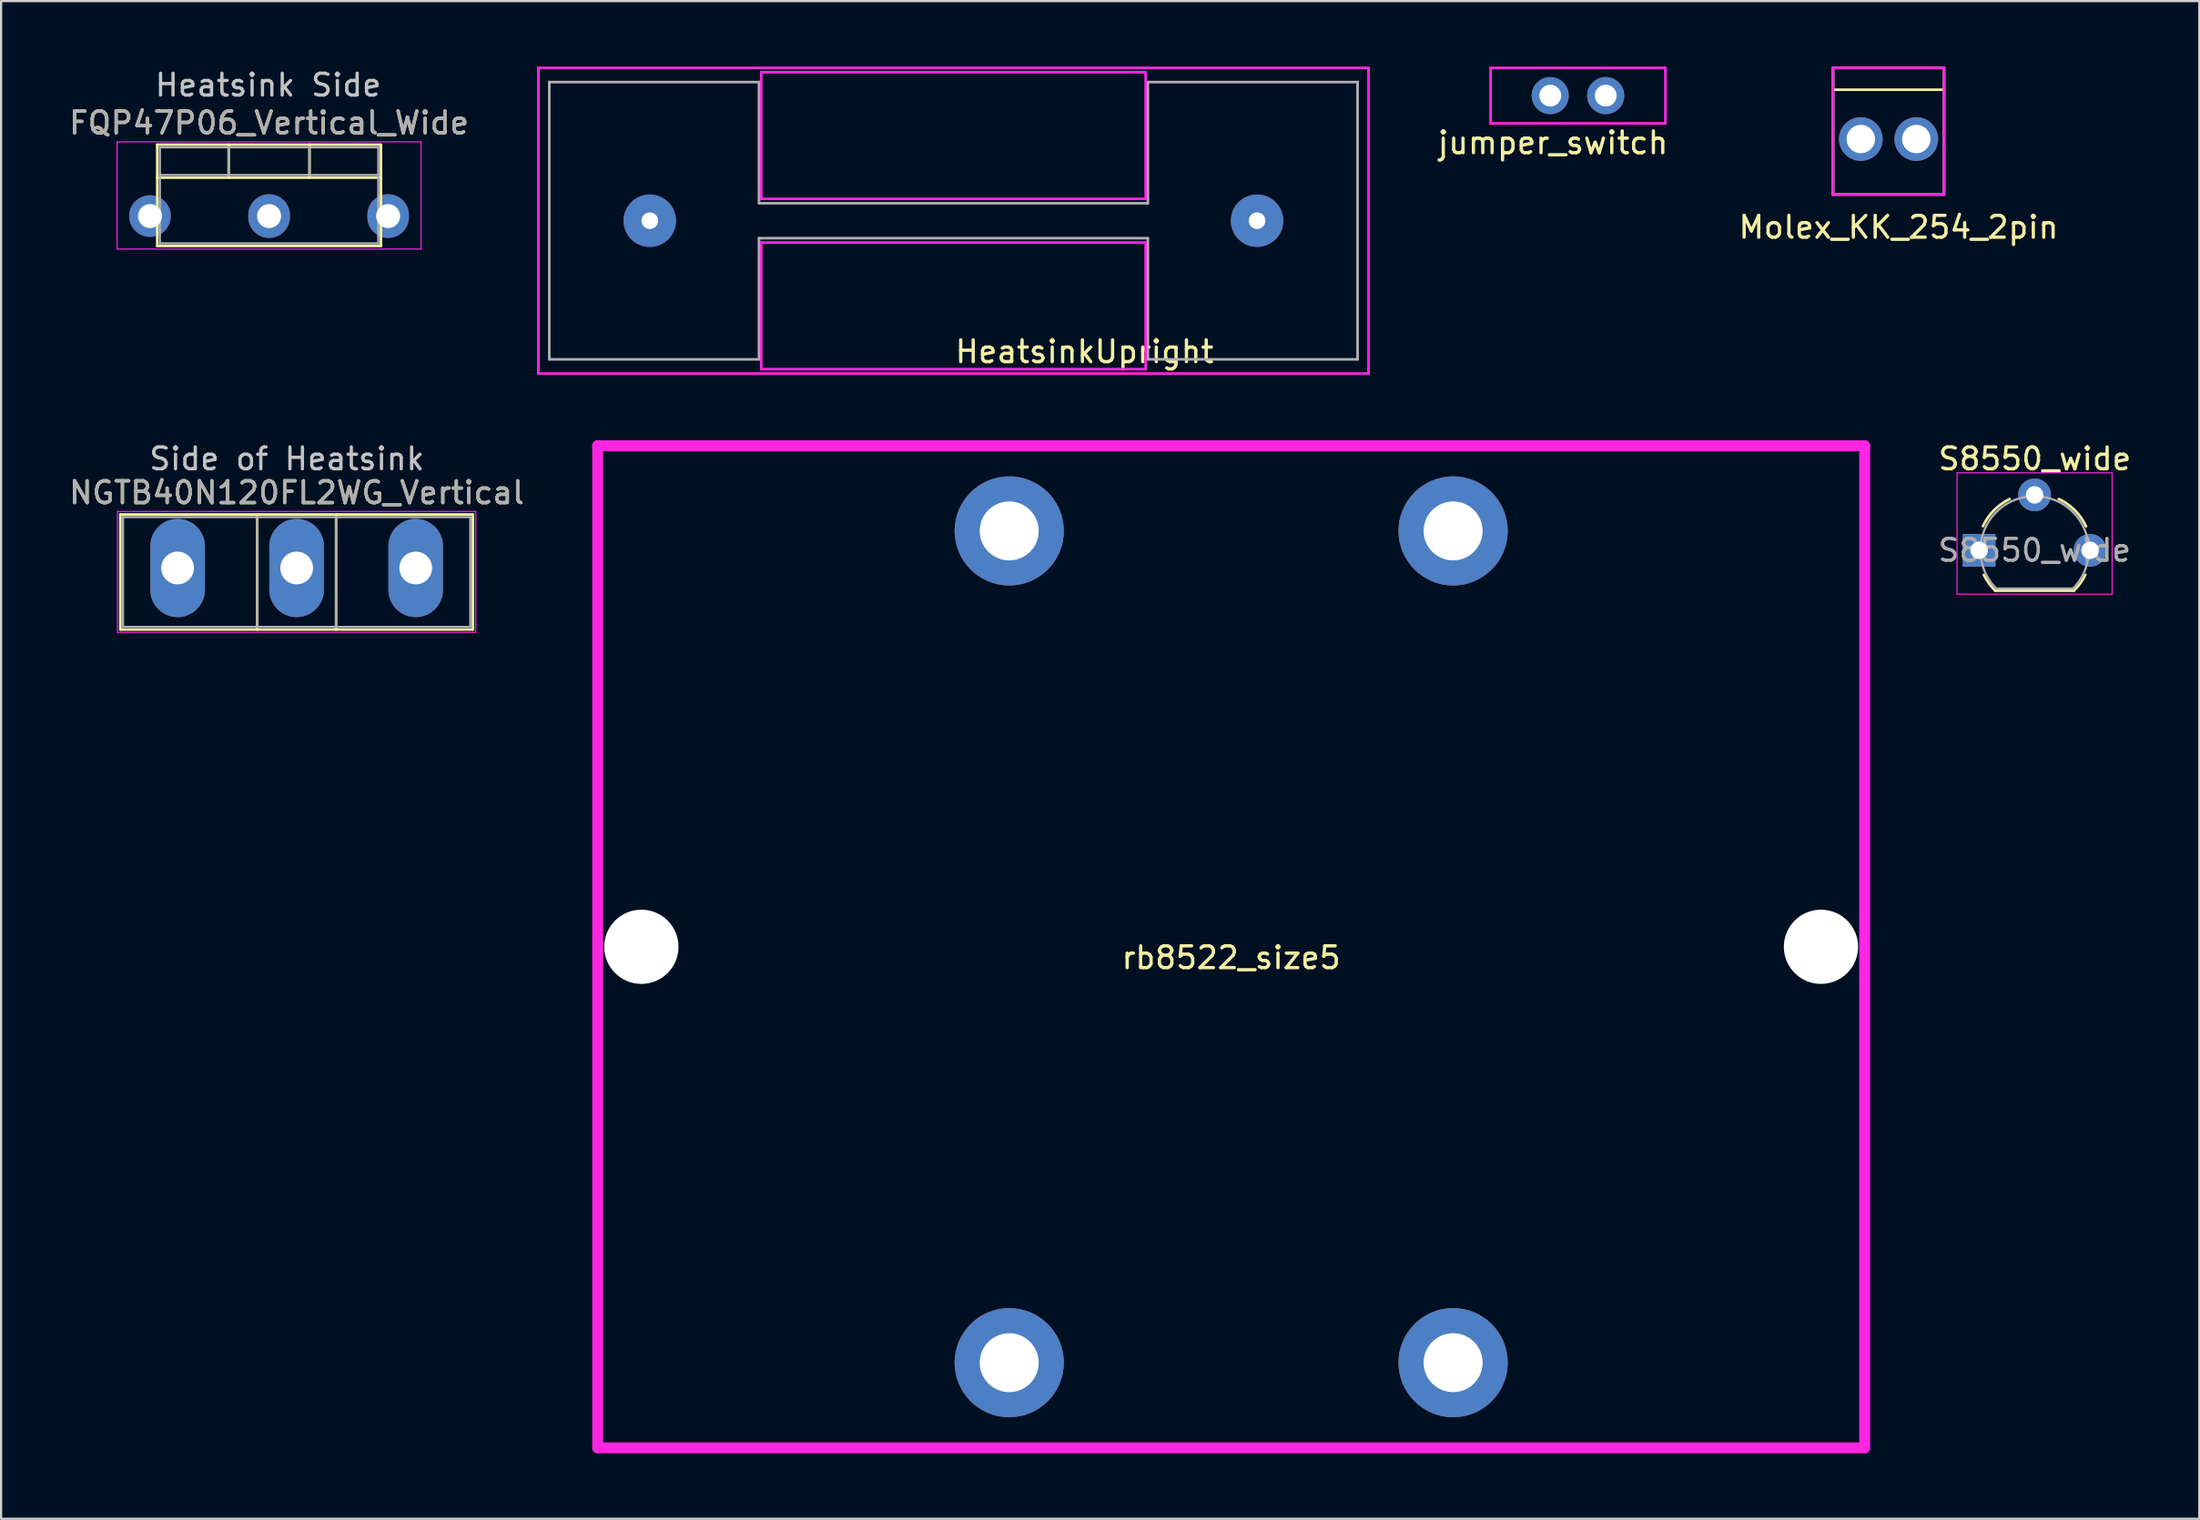
<source format=kicad_pcb>
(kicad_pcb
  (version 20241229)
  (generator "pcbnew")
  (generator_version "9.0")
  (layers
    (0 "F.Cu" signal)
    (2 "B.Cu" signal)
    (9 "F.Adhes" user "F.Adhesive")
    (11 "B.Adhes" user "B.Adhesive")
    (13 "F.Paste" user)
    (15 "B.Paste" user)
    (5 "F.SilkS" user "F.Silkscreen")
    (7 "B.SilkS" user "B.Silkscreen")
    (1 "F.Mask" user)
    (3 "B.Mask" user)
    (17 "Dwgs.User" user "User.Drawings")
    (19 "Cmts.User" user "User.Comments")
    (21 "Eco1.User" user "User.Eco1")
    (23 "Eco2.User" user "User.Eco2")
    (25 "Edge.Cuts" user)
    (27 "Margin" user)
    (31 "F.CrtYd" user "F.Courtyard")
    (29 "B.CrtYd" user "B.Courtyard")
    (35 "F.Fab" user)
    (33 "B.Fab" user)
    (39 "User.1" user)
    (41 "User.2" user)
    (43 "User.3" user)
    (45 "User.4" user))
  (footprint "NGTB40N120FL2WG_Vertical"
    (layer "F.Cu")
    (at 5.08 22.968)
    (property "Reference" "NGTB40N120FL2WG_Vertical" (at 5.45 -3.45 0) (layer "F.SilkS") (effects (font (size 1 1) (thickness 0.15))))
    (attr through_hole)
    (fp_line (start -2.62 -2.451) (end -2.62 2.82) (stroke (width 0.12) (type solid)) (layer "F.SilkS"))
    (fp_line (start -2.62 -2.451) (end 13.52 -2.451) (stroke (width 0.12) (type solid)) (layer "F.SilkS"))
    (fp_line (start -2.62 2.82) (end 13.52 2.82) (stroke (width 0.12) (type solid)) (layer "F.SilkS"))
    (fp_line (start 3.646 -2.451) (end 3.646 2.82) (stroke (width 0.12) (type solid)) (layer "F.SilkS"))
    (fp_line (start 7.255 -2.451) (end 7.255 2.82) (stroke (width 0.12) (type solid)) (layer "F.SilkS"))
    (fp_line (start 13.52 -2.451) (end 13.52 2.82) (stroke (width 0.12) (type solid)) (layer "F.SilkS"))
    (fp_line (start -2.75 -2.59) (end -2.75 2.95) (stroke (width 0.05) (type solid)) (layer "F.CrtYd"))
    (fp_line (start -2.75 2.95) (end 13.65 2.95) (stroke (width 0.05) (type solid)) (layer "F.CrtYd"))
    (fp_line (start 13.65 -2.59) (end -2.75 -2.59) (stroke (width 0.05) (type solid)) (layer "F.CrtYd"))
    (fp_line (start 13.65 2.95) (end 13.65 -2.59) (stroke (width 0.05) (type solid)) (layer "F.CrtYd"))
    (fp_line (start -2.5 -2.33) (end -2.5 2.7) (stroke (width 0.1) (type solid)) (layer "F.Fab"))
    (fp_line (start -2.5 2.7) (end 13.4 2.7) (stroke (width 0.1) (type solid)) (layer "F.Fab"))
    (fp_line (start 3.645 -2.33) (end 3.645 2.7) (stroke (width 0.1) (type solid)) (layer "F.Fab"))
    (fp_line (start 7.255 -2.33) (end 7.255 2.7) (stroke (width 0.1) (type solid)) (layer "F.Fab"))
    (fp_line (start 13.4 -2.33) (end -2.5 -2.33) (stroke (width 0.1) (type solid)) (layer "F.Fab"))
    (fp_line (start 13.4 2.7) (end 13.4 -2.33) (stroke (width 0.1) (type solid)) (layer "F.Fab"))
    (fp_text user "Side of Heatsink" (at 5 -5 0) (layer "Dwgs.User") (effects (font (size 1 1) (thickness 0.15))))
    (fp_text user "${REFERENCE}" (at 5.45 -3.45 0) (layer "F.Fab") (effects (font (size 1 1) (thickness 0.15))))
    (pad "1" thru_hole oval (at 5.45 0) (size 2.5 4.5) (drill 1.5) (layers "*.Cu" "*.Mask"))
    (pad "2" thru_hole oval (at 10.9 0) (size 2.5 4.5) (drill 1.5) (layers "*.Cu" "*.Mask"))
    (pad "3" thru_hole oval (at 0 0) (size 2.5 4.5) (drill 1.5) (layers "*.Cu" "*.Mask")))
  (footprint "S8550_wide"
    (layer "F.Cu")
    (at 87.549 22.158)
    (property "Reference" "S8550_wide" (at 2.55 -4.19 0) (layer "F.SilkS") (effects (font (size 1 1) (thickness 0.15))))
    (attr through_hole)
    (fp_line (start 0.74 1.85) (end 4.34 1.85) (stroke (width 0.12) (type solid)) (layer "F.SilkS"))
    (fp_arc (start 0.172801 -1.103842) (mid 0.678995 -1.832692) (end 1.4 -2.35) (stroke (width 0.12) (type solid)) (layer "F.SilkS"))
    (fp_arc (start 0.74 1.85) (mid 0.446097 1.509328) (end 0.215816 1.122795) (stroke (width 0.12) (type solid)) (layer "F.SilkS"))
    (fp_arc (start 3.65 -2.35) (mid 4.382279 -1.833196) (end 4.895458 -1.098371) (stroke (width 0.12) (type solid)) (layer "F.SilkS"))
    (fp_arc (start 4.864184 1.122795) (mid 4.633903 1.509328) (end 4.34 1.85) (stroke (width 0.12) (type solid)) (layer "F.SilkS"))
    (fp_line (start -1.01 -3.55) (end -1.01 2.01) (stroke (width 0.05) (type solid)) (layer "F.CrtYd"))
    (fp_line (start -1.01 -3.55) (end 6.09 -3.55) (stroke (width 0.05) (type solid)) (layer "F.CrtYd"))
    (fp_line (start 6.09 2.01) (end -1.01 2.01) (stroke (width 0.05) (type solid)) (layer "F.CrtYd"))
    (fp_line (start 6.09 2.01) (end 6.09 -3.55) (stroke (width 0.05) (type solid)) (layer "F.CrtYd"))
    (fp_line (start 0.8 1.75) (end 4.3 1.75) (stroke (width 0.1) (type solid)) (layer "F.Fab"))
    (fp_arc (start 0.786375 1.753625) (mid 0.248779 -0.949055) (end 2.54 -2.48) (stroke (width 0.1) (type solid)) (layer "F.Fab"))
    (fp_arc (start 2.54 -2.48) (mid 4.831221 -0.949055) (end 4.293625 1.753625) (stroke (width 0.1) (type solid)) (layer "F.Fab"))
    (fp_text user "${REFERENCE}" (at 2.54 0 0) (layer "F.Fab") (effects (font (size 1 1) (thickness 0.15))))
    (pad "1" thru_hole rect (at 0 0) (size 1.5 1.5) (drill 0.8) (layers "*.Cu" "*.Mask"))
    (pad "2" thru_hole circle (at 2.54 -2.54) (size 1.5 1.5) (drill 0.8) (layers "*.Cu" "*.Mask"))
    (pad "3" thru_hole circle (at 5.08 0) (size 1.5 1.5) (drill 0.8) (layers "*.Cu" "*.Mask")))
  (footprint "FQP47P06_Vertical_Wide"
    (layer "F.Cu")
    (at 6.728 6.848)
    (property "Reference" "FQP47P06_Vertical_Wide" (at 2.54 -4.27 0) (layer "F.SilkS") (effects (font (size 1 1) (thickness 0.15))))
    (attr through_hole)
    (fp_line (start -2.58 -3.27) (end -2.58 1.371) (stroke (width 0.12) (type solid)) (layer "F.SilkS"))
    (fp_line (start -2.58 -3.27) (end 7.66 -3.27) (stroke (width 0.12) (type solid)) (layer "F.SilkS"))
    (fp_line (start -2.58 -1.76) (end 7.66 -1.76) (stroke (width 0.12) (type solid)) (layer "F.SilkS"))
    (fp_line (start -2.58 1.371) (end 7.66 1.371) (stroke (width 0.12) (type solid)) (layer "F.SilkS"))
    (fp_line (start 0.69 -3.27) (end 0.69 -1.76) (stroke (width 0.12) (type solid)) (layer "F.SilkS"))
    (fp_line (start 4.391 -3.27) (end 4.391 -1.76) (stroke (width 0.12) (type solid)) (layer "F.SilkS"))
    (fp_line (start 7.66 -3.27) (end 7.66 1.371) (stroke (width 0.12) (type solid)) (layer "F.SilkS"))
    (fp_line (start -4.42 -3.4) (end -4.42 1.51) (stroke (width 0.05) (type solid)) (layer "F.CrtYd"))
    (fp_line (start -4.42 1.51) (end 9.5 1.51) (stroke (width 0.05) (type solid)) (layer "F.CrtYd"))
    (fp_line (start 9.5 -3.4) (end -4.42 -3.4) (stroke (width 0.05) (type solid)) (layer "F.CrtYd"))
    (fp_line (start 9.5 1.51) (end 9.5 -3.4) (stroke (width 0.05) (type solid)) (layer "F.CrtYd"))
    (fp_line (start -2.46 -3.15) (end -2.46 1.25) (stroke (width 0.1) (type solid)) (layer "F.Fab"))
    (fp_line (start -2.46 -1.88) (end 7.54 -1.88) (stroke (width 0.1) (type solid)) (layer "F.Fab"))
    (fp_line (start -2.46 1.25) (end 7.54 1.25) (stroke (width 0.1) (type solid)) (layer "F.Fab"))
    (fp_line (start 0.69 -3.15) (end 0.69 -1.88) (stroke (width 0.1) (type solid)) (layer "F.Fab"))
    (fp_line (start 4.39 -3.15) (end 4.39 -1.88) (stroke (width 0.1) (type solid)) (layer "F.Fab"))
    (fp_line (start 7.54 -3.15) (end -2.46 -3.15) (stroke (width 0.1) (type solid)) (layer "F.Fab"))
    (fp_line (start 7.54 1.25) (end 7.54 -3.15) (stroke (width 0.1) (type solid)) (layer "F.Fab"))
    (fp_text user "Heatsink Side" (at 2.5 -6 0) (layer "Dwgs.User") (effects (font (size 1 1) (thickness 0.15))))
    (fp_text user "${REFERENCE}" (at 2.54 -4.27 0) (layer "F.Fab") (effects (font (size 1 1) (thickness 0.15))))
    (pad "1" thru_hole circle (at -2.91 0) (size 1.905 1.905) (drill 1.1) (layers "*.Cu" "*.Mask"))
    (pad "2" thru_hole oval (at 2.54 0) (size 1.905 2) (drill 1.1) (layers "*.Cu" "*.Mask"))
    (pad "3" thru_hole oval (at 7.99 0) (size 1.905 2) (drill 1.1) (layers "*.Cu" "*.Mask")))
  (footprint "rb8522_size5"
    (layer "F.Cu")
    (at 53.31 40.32)
    (property "Reference" "rb8522_size5" (at 0 0.5 0) (layer "F.SilkS") (effects (font (size 1 1) (thickness 0.15))))
    (attr through_hole)
    (fp_line (start -29 -22.95) (end 29 -22.95) (stroke (width 0.5) (type solid)) (layer "F.CrtYd"))
    (fp_line (start -29 22.95) (end -29 -22.95) (stroke (width 0.5) (type solid)) (layer "F.CrtYd"))
    (fp_line (start -29 22.95) (end 29 22.95) (stroke (width 0.5) (type solid)) (layer "F.CrtYd"))
    (fp_line (start 29 22.95) (end 29 -22.95) (stroke (width 0.5) (type solid)) (layer "F.CrtYd"))
    (pad "" np_thru_hole circle (at -27 0) (size 3.4 3.4) (drill 3.4) (layers "*.Cu" "*.Mask"))
    (pad "" np_thru_hole circle (at 27 0) (size 3.4 3.4) (drill 3.4) (layers "*.Cu" "*.Mask"))
    (pad "1" thru_hole circle (at -10.16 19.05) (size 5 5) (drill 2.7) (layers "*.Cu" "*.Mask"))
    (pad "2" thru_hole circle (at 10.16 19.05) (size 5 5) (drill 2.7) (layers "*.Cu" "*.Mask"))
    (pad "3" thru_hole circle (at -10.16 -19.05) (size 5 5) (drill 2.7) (layers "*.Cu" "*.Mask"))
    (pad "4" thru_hole circle (at 10.16 -19.05) (size 5 5) (drill 2.7) (layers "*.Cu" "*.Mask")))
  (footprint "Molex_KK_254_2pin"
    (layer "F.Cu")
    (at 80.864 5.86)
    (property "Reference" "Molex_KK_254_2pin" (at 3 1.5 0) (layer "F.SilkS") (effects (font (size 1 1) (thickness 0.15))))
    (attr through_hole)
    (fp_line (start 0 -5.8) (end 5.08 -5.8) (stroke (width 0.12) (type solid)) (layer "F.SilkS"))
    (fp_line (start 0 -4.8) (end 5.08 -4.8) (stroke (width 0.12) (type solid)) (layer "F.SilkS"))
    (fp_line (start 0 0) (end 0 -5.8) (stroke (width 0.12) (type solid)) (layer "F.SilkS"))
    (fp_line (start 0 0) (end 5.08 0) (stroke (width 0.12) (type solid)) (layer "F.SilkS"))
    (fp_line (start 5.08 0) (end 5.08 -5.8) (stroke (width 0.12) (type solid)) (layer "F.SilkS"))
    (fp_line (start 0 -5.8) (end 5.08 -5.8) (stroke (width 0.12) (type solid)) (layer "F.CrtYd"))
    (fp_line (start 0 0) (end 0 -5.8) (stroke (width 0.12) (type solid)) (layer "F.CrtYd"))
    (fp_line (start 0 0) (end 5.08 0) (stroke (width 0.12) (type solid)) (layer "F.CrtYd"))
    (fp_line (start 5.08 0) (end 5.08 -5.8) (stroke (width 0.12) (type solid)) (layer "F.CrtYd"))
    (pad "1" thru_hole circle (at 1.27 -2.54) (size 2 2) (drill 1.3) (layers "*.Cu" "*.Mask"))
    (pad "2" thru_hole circle (at 3.81 -2.54) (size 2 2) (drill 1.3) (layers "*.Cu" "*.Mask")))
  (footprint "jumper_switch"
    (layer "F.Cu")
    (at 67.916 1.33)
    (property "Reference" "jumper_switch" (at 0.127 2.159 0) (layer "F.SilkS") (effects (font (size 1 1) (thickness 0.15))))
    (attr through_hole)
    (fp_line (start -2.73 -1.27) (end -2.73 1.27) (stroke (width 0.12) (type solid)) (layer "F.CrtYd"))
    (fp_line (start 5.27 -1.27) (end -2.73 -1.27) (stroke (width 0.12) (type solid)) (layer "F.CrtYd"))
    (fp_line (start 5.27 -1.27) (end 5.27 1.27) (stroke (width 0.12) (type solid)) (layer "F.CrtYd"))
    (fp_line (start 5.27 1.27) (end -2.73 1.27) (stroke (width 0.12) (type solid)) (layer "F.CrtYd"))
    (pad "1" thru_hole circle (at 0 0) (size 1.7 1.7) (drill 1) (layers "*.Cu" "*.Mask"))
    (pad "2" thru_hole circle (at 2.54 0) (size 1.7 1.7) (drill 1) (layers "*.Cu" "*.Mask")))
  (footprint "HeatsinkUpright"
    (layer "F.Cu")
    (at 40.596 7.06)
    (property "Reference" "HeatsinkUpright" (at 6 6 0) (layer "F.SilkS") (effects (font (size 1 1) (thickness 0.15))))
    (attr through_hole)
    (fp_line (start -19 -7) (end -19 7) (stroke (width 0.12) (type solid)) (layer "F.CrtYd"))
    (fp_line (start -19 -7) (end 19 -7) (stroke (width 0.12) (type solid)) (layer "F.CrtYd"))
    (fp_line (start -19 7) (end 19 7) (stroke (width 0.12) (type solid)) (layer "F.CrtYd"))
    (fp_line (start -8.8 -6.8) (end 8.8 -6.8) (stroke (width 0.12) (type solid)) (layer "F.CrtYd"))
    (fp_line (start -8.8 -1) (end -8.8 -6.8) (stroke (width 0.12) (type solid)) (layer "F.CrtYd"))
    (fp_line (start -8.8 1) (end 8.8 1) (stroke (width 0.12) (type solid)) (layer "F.CrtYd"))
    (fp_line (start -8.8 6.8) (end -8.8 1) (stroke (width 0.12) (type solid)) (layer "F.CrtYd"))
    (fp_line (start 8.8 -6.8) (end 8.8 -1) (stroke (width 0.12) (type solid)) (layer "F.CrtYd"))
    (fp_line (start 8.8 -1) (end -8.8 -1) (stroke (width 0.12) (type solid)) (layer "F.CrtYd"))
    (fp_line (start 8.8 1) (end 8.8 6.8) (stroke (width 0.12) (type solid)) (layer "F.CrtYd"))
    (fp_line (start 8.8 6.8) (end -8.8 6.8) (stroke (width 0.12) (type solid)) (layer "F.CrtYd"))
    (fp_line (start 19 -7) (end 19 7) (stroke (width 0.12) (type solid)) (layer "F.CrtYd"))
    (fp_line (start -18.5 -6.35) (end -8.9 -6.35) (stroke (width 0.12) (type solid)) (layer "F.Fab"))
    (fp_line (start -18.5 6.35) (end -18.5 -6.35) (stroke (width 0.12) (type solid)) (layer "F.Fab"))
    (fp_line (start -18.5 6.35) (end -8.9 6.35) (stroke (width 0.12) (type solid)) (layer "F.Fab"))
    (fp_line (start -8.9 -0.8) (end -8.9 -6.35) (stroke (width 0.12) (type solid)) (layer "F.Fab"))
    (fp_line (start -8.9 -0.8) (end 8.9 -0.8) (stroke (width 0.12) (type solid)) (layer "F.Fab"))
    (fp_line (start -8.9 0.8) (end 8.9 0.8) (stroke (width 0.12) (type solid)) (layer "F.Fab"))
    (fp_line (start -8.9 6.35) (end -8.9 0.8) (stroke (width 0.12) (type solid)) (layer "F.Fab"))
    (fp_line (start 8.9 -6.35) (end 18.5 -6.35) (stroke (width 0.12) (type solid)) (layer "F.Fab"))
    (fp_line (start 8.9 -0.8) (end 8.9 -6.35) (stroke (width 0.12) (type solid)) (layer "F.Fab"))
    (fp_line (start 8.9 6.35) (end 8.9 0.8) (stroke (width 0.12) (type solid)) (layer "F.Fab"))
    (fp_line (start 8.9 6.35) (end 18.5 6.35) (stroke (width 0.12) (type solid)) (layer "F.Fab"))
    (fp_line (start 18.5 6.35) (end 18.5 -6.35) (stroke (width 0.12) (type solid)) (layer "F.Fab"))
    (pad "" np_thru_hole circle (at -13.9 0) (size 2.4 2.4) (drill 0.762) (layers "*.Cu" "*.Mask"))
    (pad "" np_thru_hole circle (at 13.9 0) (size 2.4 2.4) (drill 0.762) (layers "*.Cu" "*.Mask")))
  (gr_rect
    (start -3 -3)
    (end 97.629 66.52)
    (stroke (width 0.1) (type default))
    (fill no)
    (layer "Edge.Cuts")))
</source>
